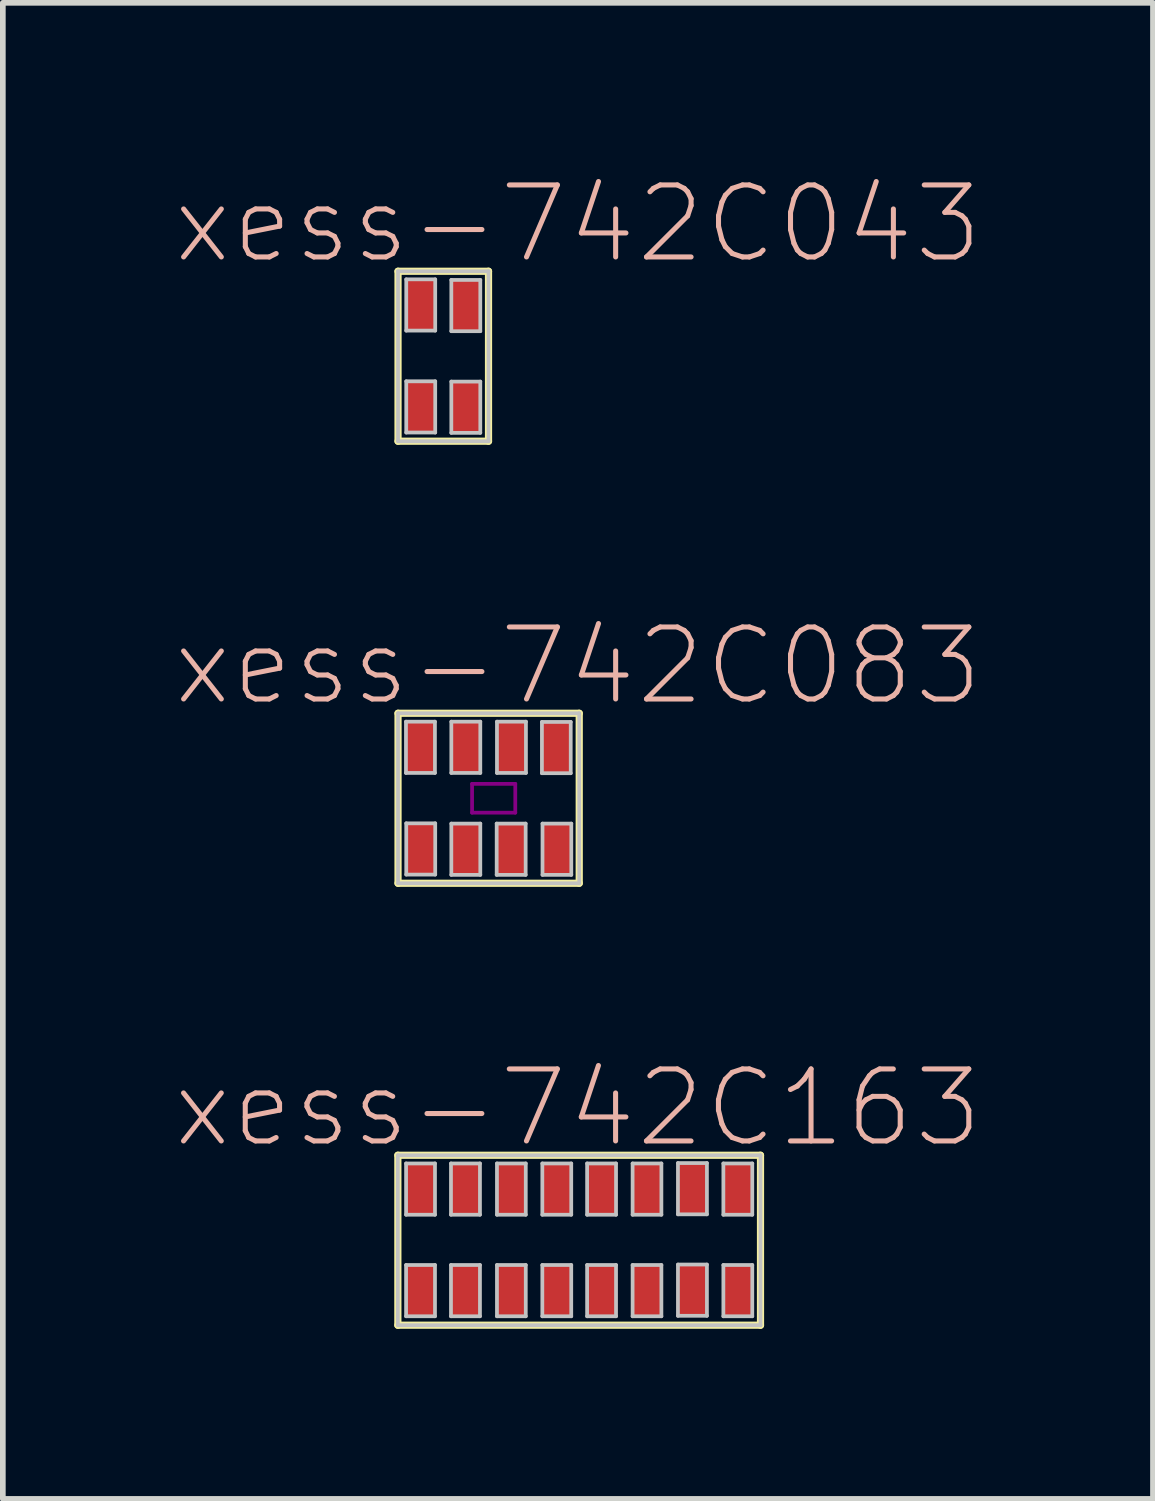
<source format=kicad_pcb>
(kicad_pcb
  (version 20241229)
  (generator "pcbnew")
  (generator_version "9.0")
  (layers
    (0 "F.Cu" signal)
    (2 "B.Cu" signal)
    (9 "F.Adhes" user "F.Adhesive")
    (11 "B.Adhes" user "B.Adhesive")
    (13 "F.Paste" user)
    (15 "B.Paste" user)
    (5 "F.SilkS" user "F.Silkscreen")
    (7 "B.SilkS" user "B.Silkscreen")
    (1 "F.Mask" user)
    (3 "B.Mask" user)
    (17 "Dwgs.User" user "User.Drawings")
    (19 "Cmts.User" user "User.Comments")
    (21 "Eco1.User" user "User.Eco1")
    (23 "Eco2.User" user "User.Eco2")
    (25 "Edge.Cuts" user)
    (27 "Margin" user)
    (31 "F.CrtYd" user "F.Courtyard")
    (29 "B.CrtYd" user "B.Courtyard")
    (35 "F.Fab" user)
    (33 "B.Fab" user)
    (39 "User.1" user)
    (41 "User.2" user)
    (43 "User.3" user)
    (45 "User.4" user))
  (footprint "xess-742C083"
    (layer "F.Cu")
    (at 4.768 11.029)
    (property "Reference" "xess-742C083" (at 2.375 -2.334 0) (layer "B.SilkS") (effects (font (size 1.27 1.27) (thickness 0.089))))
    (attr smd)
    (fp_line (start -0.798 -1.499) (end 2.398 -1.499) (stroke (width 0.127) (type solid)) (layer "F.SilkS"))
    (fp_line (start -0.798 1.499) (end -0.798 -1.499) (stroke (width 0.127) (type solid)) (layer "F.SilkS"))
    (fp_line (start 2.398 -1.499) (end 2.398 1.499) (stroke (width 0.127) (type solid)) (layer "F.SilkS"))
    (fp_line (start 2.398 1.499) (end -0.798 1.499) (stroke (width 0.127) (type solid)) (layer "F.SilkS"))
    (fp_line (start 0.508 -0.254) (end 1.27 -0.254) (stroke (width 0.066) (type solid)) (layer "F.Adhes"))
    (fp_line (start 0.508 0.254) (end 0.508 -0.254) (stroke (width 0.066) (type solid)) (layer "F.Adhes"))
    (fp_line (start 0.508 0.254) (end 1.27 0.254) (stroke (width 0.066) (type solid)) (layer "F.Adhes"))
    (fp_line (start 1.27 0.254) (end 1.27 -0.254) (stroke (width 0.066) (type solid)) (layer "F.Adhes"))
    (fp_line (start -0.798 -1.499) (end 2.398 -1.499) (stroke (width 0.066) (type solid)) (layer "Dwgs.User"))
    (fp_line (start -0.798 1.499) (end -0.798 -1.499) (stroke (width 0.066) (type solid)) (layer "Dwgs.User"))
    (fp_line (start -0.798 1.499) (end 2.398 1.499) (stroke (width 0.066) (type solid)) (layer "Dwgs.User"))
    (fp_line (start -0.658 -1.351) (end -0.147 -1.351) (stroke (width 0.066) (type solid)) (layer "Dwgs.User"))
    (fp_line (start -0.658 -0.447) (end -0.658 -1.351) (stroke (width 0.066) (type solid)) (layer "Dwgs.User"))
    (fp_line (start -0.658 -0.447) (end -0.147 -0.447) (stroke (width 0.066) (type solid)) (layer "Dwgs.User"))
    (fp_line (start -0.653 0.442) (end -0.142 0.442) (stroke (width 0.066) (type solid)) (layer "Dwgs.User"))
    (fp_line (start -0.653 1.346) (end -0.653 0.442) (stroke (width 0.066) (type solid)) (layer "Dwgs.User"))
    (fp_line (start -0.653 1.346) (end -0.142 1.346) (stroke (width 0.066) (type solid)) (layer "Dwgs.User"))
    (fp_line (start -0.147 -0.447) (end -0.147 -1.351) (stroke (width 0.066) (type solid)) (layer "Dwgs.User"))
    (fp_line (start -0.142 1.346) (end -0.142 0.442) (stroke (width 0.066) (type solid)) (layer "Dwgs.User"))
    (fp_line (start 0.142 -1.351) (end 0.653 -1.351) (stroke (width 0.066) (type solid)) (layer "Dwgs.User"))
    (fp_line (start 0.142 -0.447) (end 0.142 -1.351) (stroke (width 0.066) (type solid)) (layer "Dwgs.User"))
    (fp_line (start 0.142 -0.447) (end 0.653 -0.447) (stroke (width 0.066) (type solid)) (layer "Dwgs.User"))
    (fp_line (start 0.142 0.447) (end 0.653 0.447) (stroke (width 0.066) (type solid)) (layer "Dwgs.User"))
    (fp_line (start 0.142 1.351) (end 0.142 0.447) (stroke (width 0.066) (type solid)) (layer "Dwgs.User"))
    (fp_line (start 0.142 1.351) (end 0.653 1.351) (stroke (width 0.066) (type solid)) (layer "Dwgs.User"))
    (fp_line (start 0.653 -0.447) (end 0.653 -1.351) (stroke (width 0.066) (type solid)) (layer "Dwgs.User"))
    (fp_line (start 0.653 1.351) (end 0.653 0.447) (stroke (width 0.066) (type solid)) (layer "Dwgs.User"))
    (fp_line (start 0.942 0.447) (end 1.453 0.447) (stroke (width 0.066) (type solid)) (layer "Dwgs.User"))
    (fp_line (start 0.942 1.351) (end 0.942 0.447) (stroke (width 0.066) (type solid)) (layer "Dwgs.User"))
    (fp_line (start 0.942 1.351) (end 1.453 1.351) (stroke (width 0.066) (type solid)) (layer "Dwgs.User"))
    (fp_line (start 0.947 -1.351) (end 1.458 -1.351) (stroke (width 0.066) (type solid)) (layer "Dwgs.User"))
    (fp_line (start 0.947 -0.447) (end 0.947 -1.351) (stroke (width 0.066) (type solid)) (layer "Dwgs.User"))
    (fp_line (start 0.947 -0.447) (end 1.458 -0.447) (stroke (width 0.066) (type solid)) (layer "Dwgs.User"))
    (fp_line (start 1.453 1.351) (end 1.453 0.447) (stroke (width 0.066) (type solid)) (layer "Dwgs.User"))
    (fp_line (start 1.458 -0.447) (end 1.458 -1.351) (stroke (width 0.066) (type solid)) (layer "Dwgs.User"))
    (fp_line (start 1.74 -1.346) (end 2.248 -1.346) (stroke (width 0.066) (type solid)) (layer "Dwgs.User"))
    (fp_line (start 1.74 -0.442) (end 1.74 -1.346) (stroke (width 0.066) (type solid)) (layer "Dwgs.User"))
    (fp_line (start 1.74 -0.442) (end 2.248 -0.442) (stroke (width 0.066) (type solid)) (layer "Dwgs.User"))
    (fp_line (start 1.75 0.447) (end 2.258 0.447) (stroke (width 0.066) (type solid)) (layer "Dwgs.User"))
    (fp_line (start 1.75 1.351) (end 1.75 0.447) (stroke (width 0.066) (type solid)) (layer "Dwgs.User"))
    (fp_line (start 1.75 1.351) (end 2.258 1.351) (stroke (width 0.066) (type solid)) (layer "Dwgs.User"))
    (fp_line (start 2.248 -0.442) (end 2.248 -1.346) (stroke (width 0.066) (type solid)) (layer "Dwgs.User"))
    (fp_line (start 2.258 1.351) (end 2.258 0.447) (stroke (width 0.066) (type solid)) (layer "Dwgs.User"))
    (fp_line (start 2.398 1.499) (end 2.398 -1.499) (stroke (width 0.066) (type solid)) (layer "Dwgs.User"))
    (pad "1" smd rect (at -0.399 0.899) (size 0.498 0.899) (layers "F.Cu" "F.Mask" "F.Paste"))
    (pad "2" smd rect (at 0.399 0.899) (size 0.498 0.899) (layers "F.Cu" "F.Mask" "F.Paste"))
    (pad "3" smd rect (at 1.199 0.899) (size 0.498 0.899) (layers "F.Cu" "F.Mask" "F.Paste"))
    (pad "4" smd rect (at 1.999 0.899) (size 0.498 0.899) (layers "F.Cu" "F.Mask" "F.Paste"))
    (pad "5" smd rect (at 1.999 -0.899) (size 0.498 0.899) (layers "F.Cu" "F.Mask" "F.Paste"))
    (pad "6" smd rect (at 1.199 -0.899) (size 0.498 0.899) (layers "F.Cu" "F.Mask" "F.Paste"))
    (pad "7" smd rect (at 0.399 -0.899) (size 0.498 0.899) (layers "F.Cu" "F.Mask" "F.Paste"))
    (pad "8" smd rect (at -0.399 -0.899) (size 0.498 0.899) (layers "F.Cu" "F.Mask" "F.Paste")))
  (footprint "xess-742C043"
    (layer "F.Cu")
    (at 4.768 3.233)
    (property "Reference" "xess-742C043" (at 2.375 -2.334 0) (layer "B.SilkS") (effects (font (size 1.27 1.27) (thickness 0.089))))
    (attr smd)
    (fp_line (start -0.798 -1.499) (end 0.798 -1.499) (stroke (width 0.127) (type solid)) (layer "F.SilkS"))
    (fp_line (start -0.798 1.499) (end -0.798 -1.499) (stroke (width 0.127) (type solid)) (layer "F.SilkS"))
    (fp_line (start 0.798 -1.499) (end 0.798 1.499) (stroke (width 0.127) (type solid)) (layer "F.SilkS"))
    (fp_line (start 0.798 1.499) (end -0.798 1.499) (stroke (width 0.127) (type solid)) (layer "F.SilkS"))
    (fp_line (start -0.798 -1.499) (end 0.798 -1.499) (stroke (width 0.066) (type solid)) (layer "Dwgs.User"))
    (fp_line (start -0.798 1.499) (end -0.798 -1.499) (stroke (width 0.066) (type solid)) (layer "Dwgs.User"))
    (fp_line (start -0.798 1.499) (end 0.798 1.499) (stroke (width 0.066) (type solid)) (layer "Dwgs.User"))
    (fp_line (start -0.653 -1.356) (end -0.142 -1.356) (stroke (width 0.066) (type solid)) (layer "Dwgs.User"))
    (fp_line (start -0.653 -0.452) (end -0.653 -1.356) (stroke (width 0.066) (type solid)) (layer "Dwgs.User"))
    (fp_line (start -0.653 -0.452) (end -0.142 -0.452) (stroke (width 0.066) (type solid)) (layer "Dwgs.User"))
    (fp_line (start -0.653 0.442) (end -0.142 0.442) (stroke (width 0.066) (type solid)) (layer "Dwgs.User"))
    (fp_line (start -0.653 1.346) (end -0.653 0.442) (stroke (width 0.066) (type solid)) (layer "Dwgs.User"))
    (fp_line (start -0.653 1.346) (end -0.142 1.346) (stroke (width 0.066) (type solid)) (layer "Dwgs.User"))
    (fp_line (start -0.142 -0.452) (end -0.142 -1.356) (stroke (width 0.066) (type solid)) (layer "Dwgs.User"))
    (fp_line (start -0.142 1.346) (end -0.142 0.442) (stroke (width 0.066) (type solid)) (layer "Dwgs.User"))
    (fp_line (start 0.142 -1.346) (end 0.653 -1.346) (stroke (width 0.066) (type solid)) (layer "Dwgs.User"))
    (fp_line (start 0.142 -0.442) (end 0.142 -1.346) (stroke (width 0.066) (type solid)) (layer "Dwgs.User"))
    (fp_line (start 0.142 -0.442) (end 0.653 -0.442) (stroke (width 0.066) (type solid)) (layer "Dwgs.User"))
    (fp_line (start 0.142 0.447) (end 0.653 0.447) (stroke (width 0.066) (type solid)) (layer "Dwgs.User"))
    (fp_line (start 0.142 1.351) (end 0.142 0.447) (stroke (width 0.066) (type solid)) (layer "Dwgs.User"))
    (fp_line (start 0.142 1.351) (end 0.653 1.351) (stroke (width 0.066) (type solid)) (layer "Dwgs.User"))
    (fp_line (start 0.653 -0.442) (end 0.653 -1.346) (stroke (width 0.066) (type solid)) (layer "Dwgs.User"))
    (fp_line (start 0.653 1.351) (end 0.653 0.447) (stroke (width 0.066) (type solid)) (layer "Dwgs.User"))
    (fp_line (start 0.798 1.499) (end 0.798 -1.499) (stroke (width 0.066) (type solid)) (layer "Dwgs.User"))
    (pad "1" smd rect (at -0.399 0.899) (size 0.498 0.899) (layers "F.Cu" "F.Mask" "F.Paste"))
    (pad "2" smd rect (at 0.399 0.899) (size 0.498 0.899) (layers "F.Cu" "F.Mask" "F.Paste"))
    (pad "3" smd rect (at 0.399 -0.899) (size 0.498 0.899) (layers "F.Cu" "F.Mask" "F.Paste"))
    (pad "4" smd rect (at -0.399 -0.899) (size 0.498 0.899) (layers "F.Cu" "F.Mask" "F.Paste")))
  (footprint "xess-742C163"
    (layer "F.Cu")
    (at 7.165 18.824)
    (property "Reference" "xess-742C163" (at -0.023 -2.334 0) (layer "B.SilkS") (effects (font (size 1.27 1.27) (thickness 0.089))))
    (attr smd)
    (fp_line (start -3.198 -1.499) (end 3.198 -1.499) (stroke (width 0.127) (type solid)) (layer "F.SilkS"))
    (fp_line (start -3.198 1.499) (end -3.198 -1.499) (stroke (width 0.127) (type solid)) (layer "F.SilkS"))
    (fp_line (start 3.198 -1.499) (end 3.198 1.499) (stroke (width 0.127) (type solid)) (layer "F.SilkS"))
    (fp_line (start 3.198 1.499) (end -3.198 1.499) (stroke (width 0.127) (type solid)) (layer "F.SilkS"))
    (fp_line (start -3.198 -1.499) (end 3.198 -1.499) (stroke (width 0.066) (type solid)) (layer "Dwgs.User"))
    (fp_line (start -3.198 1.499) (end -3.198 -1.499) (stroke (width 0.066) (type solid)) (layer "Dwgs.User"))
    (fp_line (start -3.198 1.499) (end 3.198 1.499) (stroke (width 0.066) (type solid)) (layer "Dwgs.User"))
    (fp_line (start -3.053 -1.354) (end -2.543 -1.354) (stroke (width 0.066) (type solid)) (layer "Dwgs.User"))
    (fp_line (start -3.053 -0.45) (end -3.053 -1.354) (stroke (width 0.066) (type solid)) (layer "Dwgs.User"))
    (fp_line (start -3.053 -0.45) (end -2.543 -0.45) (stroke (width 0.066) (type solid)) (layer "Dwgs.User"))
    (fp_line (start -3.053 0.437) (end -2.543 0.437) (stroke (width 0.066) (type solid)) (layer "Dwgs.User"))
    (fp_line (start -3.053 1.341) (end -3.053 0.437) (stroke (width 0.066) (type solid)) (layer "Dwgs.User"))
    (fp_line (start -3.053 1.341) (end -2.543 1.341) (stroke (width 0.066) (type solid)) (layer "Dwgs.User"))
    (fp_line (start -2.543 -0.45) (end -2.543 -1.354) (stroke (width 0.066) (type solid)) (layer "Dwgs.User"))
    (fp_line (start -2.543 1.341) (end -2.543 0.437) (stroke (width 0.066) (type solid)) (layer "Dwgs.User"))
    (fp_line (start -2.261 -1.354) (end -1.75 -1.354) (stroke (width 0.066) (type solid)) (layer "Dwgs.User"))
    (fp_line (start -2.261 -0.45) (end -2.261 -1.354) (stroke (width 0.066) (type solid)) (layer "Dwgs.User"))
    (fp_line (start -2.261 -0.45) (end -1.75 -0.45) (stroke (width 0.066) (type solid)) (layer "Dwgs.User"))
    (fp_line (start -2.261 0.437) (end -1.75 0.437) (stroke (width 0.066) (type solid)) (layer "Dwgs.User"))
    (fp_line (start -2.261 1.341) (end -2.261 0.437) (stroke (width 0.066) (type solid)) (layer "Dwgs.User"))
    (fp_line (start -2.261 1.341) (end -1.75 1.341) (stroke (width 0.066) (type solid)) (layer "Dwgs.User"))
    (fp_line (start -1.75 -0.45) (end -1.75 -1.354) (stroke (width 0.066) (type solid)) (layer "Dwgs.User"))
    (fp_line (start -1.75 1.341) (end -1.75 0.437) (stroke (width 0.066) (type solid)) (layer "Dwgs.User"))
    (fp_line (start -1.45 -1.354) (end -0.942 -1.354) (stroke (width 0.066) (type solid)) (layer "Dwgs.User"))
    (fp_line (start -1.45 -0.45) (end -1.45 -1.354) (stroke (width 0.066) (type solid)) (layer "Dwgs.User"))
    (fp_line (start -1.45 -0.45) (end -0.942 -0.45) (stroke (width 0.066) (type solid)) (layer "Dwgs.User"))
    (fp_line (start -1.45 0.437) (end -0.942 0.437) (stroke (width 0.066) (type solid)) (layer "Dwgs.User"))
    (fp_line (start -1.45 1.341) (end -1.45 0.437) (stroke (width 0.066) (type solid)) (layer "Dwgs.User"))
    (fp_line (start -1.45 1.341) (end -0.942 1.341) (stroke (width 0.066) (type solid)) (layer "Dwgs.User"))
    (fp_line (start -0.942 -0.45) (end -0.942 -1.354) (stroke (width 0.066) (type solid)) (layer "Dwgs.User"))
    (fp_line (start -0.942 1.341) (end -0.942 0.437) (stroke (width 0.066) (type solid)) (layer "Dwgs.User"))
    (fp_line (start -0.65 -1.354) (end -0.14 -1.354) (stroke (width 0.066) (type solid)) (layer "Dwgs.User"))
    (fp_line (start -0.65 -0.45) (end -0.65 -1.354) (stroke (width 0.066) (type solid)) (layer "Dwgs.User"))
    (fp_line (start -0.65 -0.45) (end -0.14 -0.45) (stroke (width 0.066) (type solid)) (layer "Dwgs.User"))
    (fp_line (start -0.65 0.437) (end -0.14 0.437) (stroke (width 0.066) (type solid)) (layer "Dwgs.User"))
    (fp_line (start -0.65 1.341) (end -0.65 0.437) (stroke (width 0.066) (type solid)) (layer "Dwgs.User"))
    (fp_line (start -0.65 1.341) (end -0.14 1.341) (stroke (width 0.066) (type solid)) (layer "Dwgs.User"))
    (fp_line (start -0.14 -0.45) (end -0.14 -1.354) (stroke (width 0.066) (type solid)) (layer "Dwgs.User"))
    (fp_line (start -0.14 1.341) (end -0.14 0.437) (stroke (width 0.066) (type solid)) (layer "Dwgs.User"))
    (fp_line (start 0.14 -1.354) (end 0.65 -1.354) (stroke (width 0.066) (type solid)) (layer "Dwgs.User"))
    (fp_line (start 0.14 -0.45) (end 0.14 -1.354) (stroke (width 0.066) (type solid)) (layer "Dwgs.User"))
    (fp_line (start 0.14 -0.45) (end 0.65 -0.45) (stroke (width 0.066) (type solid)) (layer "Dwgs.User"))
    (fp_line (start 0.14 0.437) (end 0.65 0.437) (stroke (width 0.066) (type solid)) (layer "Dwgs.User"))
    (fp_line (start 0.14 1.341) (end 0.14 0.437) (stroke (width 0.066) (type solid)) (layer "Dwgs.User"))
    (fp_line (start 0.14 1.341) (end 0.65 1.341) (stroke (width 0.066) (type solid)) (layer "Dwgs.User"))
    (fp_line (start 0.65 -0.45) (end 0.65 -1.354) (stroke (width 0.066) (type solid)) (layer "Dwgs.User"))
    (fp_line (start 0.65 1.341) (end 0.65 0.437) (stroke (width 0.066) (type solid)) (layer "Dwgs.User"))
    (fp_line (start 0.942 -1.354) (end 1.45 -1.354) (stroke (width 0.066) (type solid)) (layer "Dwgs.User"))
    (fp_line (start 0.942 -0.45) (end 0.942 -1.354) (stroke (width 0.066) (type solid)) (layer "Dwgs.User"))
    (fp_line (start 0.942 -0.45) (end 1.45 -0.45) (stroke (width 0.066) (type solid)) (layer "Dwgs.User"))
    (fp_line (start 0.942 0.437) (end 1.45 0.437) (stroke (width 0.066) (type solid)) (layer "Dwgs.User"))
    (fp_line (start 0.942 1.341) (end 0.942 0.437) (stroke (width 0.066) (type solid)) (layer "Dwgs.User"))
    (fp_line (start 0.942 1.341) (end 1.45 1.341) (stroke (width 0.066) (type solid)) (layer "Dwgs.User"))
    (fp_line (start 1.45 -0.45) (end 1.45 -1.354) (stroke (width 0.066) (type solid)) (layer "Dwgs.User"))
    (fp_line (start 1.45 1.341) (end 1.45 0.437) (stroke (width 0.066) (type solid)) (layer "Dwgs.User"))
    (fp_line (start 1.742 -1.361) (end 2.253 -1.361) (stroke (width 0.066) (type solid)) (layer "Dwgs.User"))
    (fp_line (start 1.742 -0.457) (end 1.742 -1.361) (stroke (width 0.066) (type solid)) (layer "Dwgs.User"))
    (fp_line (start 1.742 -0.457) (end 2.253 -0.457) (stroke (width 0.066) (type solid)) (layer "Dwgs.User"))
    (fp_line (start 1.742 0.429) (end 2.253 0.429) (stroke (width 0.066) (type solid)) (layer "Dwgs.User"))
    (fp_line (start 1.742 1.333) (end 1.742 0.429) (stroke (width 0.066) (type solid)) (layer "Dwgs.User"))
    (fp_line (start 1.742 1.333) (end 2.253 1.333) (stroke (width 0.066) (type solid)) (layer "Dwgs.User"))
    (fp_line (start 2.253 -0.457) (end 2.253 -1.361) (stroke (width 0.066) (type solid)) (layer "Dwgs.User"))
    (fp_line (start 2.253 1.333) (end 2.253 0.429) (stroke (width 0.066) (type solid)) (layer "Dwgs.User"))
    (fp_line (start 2.543 -1.354) (end 3.053 -1.354) (stroke (width 0.066) (type solid)) (layer "Dwgs.User"))
    (fp_line (start 2.543 -0.45) (end 2.543 -1.354) (stroke (width 0.066) (type solid)) (layer "Dwgs.User"))
    (fp_line (start 2.543 -0.45) (end 3.053 -0.45) (stroke (width 0.066) (type solid)) (layer "Dwgs.User"))
    (fp_line (start 2.543 0.437) (end 3.053 0.437) (stroke (width 0.066) (type solid)) (layer "Dwgs.User"))
    (fp_line (start 2.543 1.341) (end 2.543 0.437) (stroke (width 0.066) (type solid)) (layer "Dwgs.User"))
    (fp_line (start 2.543 1.341) (end 3.053 1.341) (stroke (width 0.066) (type solid)) (layer "Dwgs.User"))
    (fp_line (start 3.053 -0.45) (end 3.053 -1.354) (stroke (width 0.066) (type solid)) (layer "Dwgs.User"))
    (fp_line (start 3.053 1.341) (end 3.053 0.437) (stroke (width 0.066) (type solid)) (layer "Dwgs.User"))
    (fp_line (start 3.198 1.499) (end 3.198 -1.499) (stroke (width 0.066) (type solid)) (layer "Dwgs.User"))
    (pad "1" smd rect (at -2.799 0.899) (size 0.498 0.899) (layers "F.Cu" "F.Mask" "F.Paste"))
    (pad "2" smd rect (at -1.999 0.899) (size 0.498 0.899) (layers "F.Cu" "F.Mask" "F.Paste"))
    (pad "3" smd rect (at -1.199 0.899) (size 0.498 0.899) (layers "F.Cu" "F.Mask" "F.Paste"))
    (pad "4" smd rect (at -0.399 0.899) (size 0.498 0.899) (layers "F.Cu" "F.Mask" "F.Paste"))
    (pad "5" smd rect (at 0.399 0.899) (size 0.498 0.899) (layers "F.Cu" "F.Mask" "F.Paste"))
    (pad "6" smd rect (at 1.199 0.899) (size 0.498 0.899) (layers "F.Cu" "F.Mask" "F.Paste"))
    (pad "7" smd rect (at 1.999 0.899) (size 0.498 0.899) (layers "F.Cu" "F.Mask" "F.Paste"))
    (pad "8" smd rect (at 2.799 0.899) (size 0.498 0.899) (layers "F.Cu" "F.Mask" "F.Paste"))
    (pad "9" smd rect (at 2.799 -0.899) (size 0.498 0.899) (layers "F.Cu" "F.Mask" "F.Paste"))
    (pad "10" smd rect (at 1.999 -0.899) (size 0.498 0.899) (layers "F.Cu" "F.Mask" "F.Paste"))
    (pad "11" smd rect (at 1.199 -0.899) (size 0.498 0.899) (layers "F.Cu" "F.Mask" "F.Paste"))
    (pad "12" smd rect (at 0.399 -0.899) (size 0.498 0.899) (layers "F.Cu" "F.Mask" "F.Paste"))
    (pad "13" smd rect (at -0.399 -0.899) (size 0.498 0.899) (layers "F.Cu" "F.Mask" "F.Paste"))
    (pad "14" smd rect (at -1.199 -0.899) (size 0.498 0.899) (layers "F.Cu" "F.Mask" "F.Paste"))
    (pad "15" smd rect (at -1.999 -0.899) (size 0.498 0.899) (layers "F.Cu" "F.Mask" "F.Paste"))
    (pad "16" smd rect (at -2.799 -0.899) (size 0.498 0.899) (layers "F.Cu" "F.Mask" "F.Paste")))
  (gr_rect
    (start -3 -3)
    (end 17.285 23.386)
    (stroke (width 0.1) (type default))
    (fill no)
    (layer "Edge.Cuts")))
</source>
